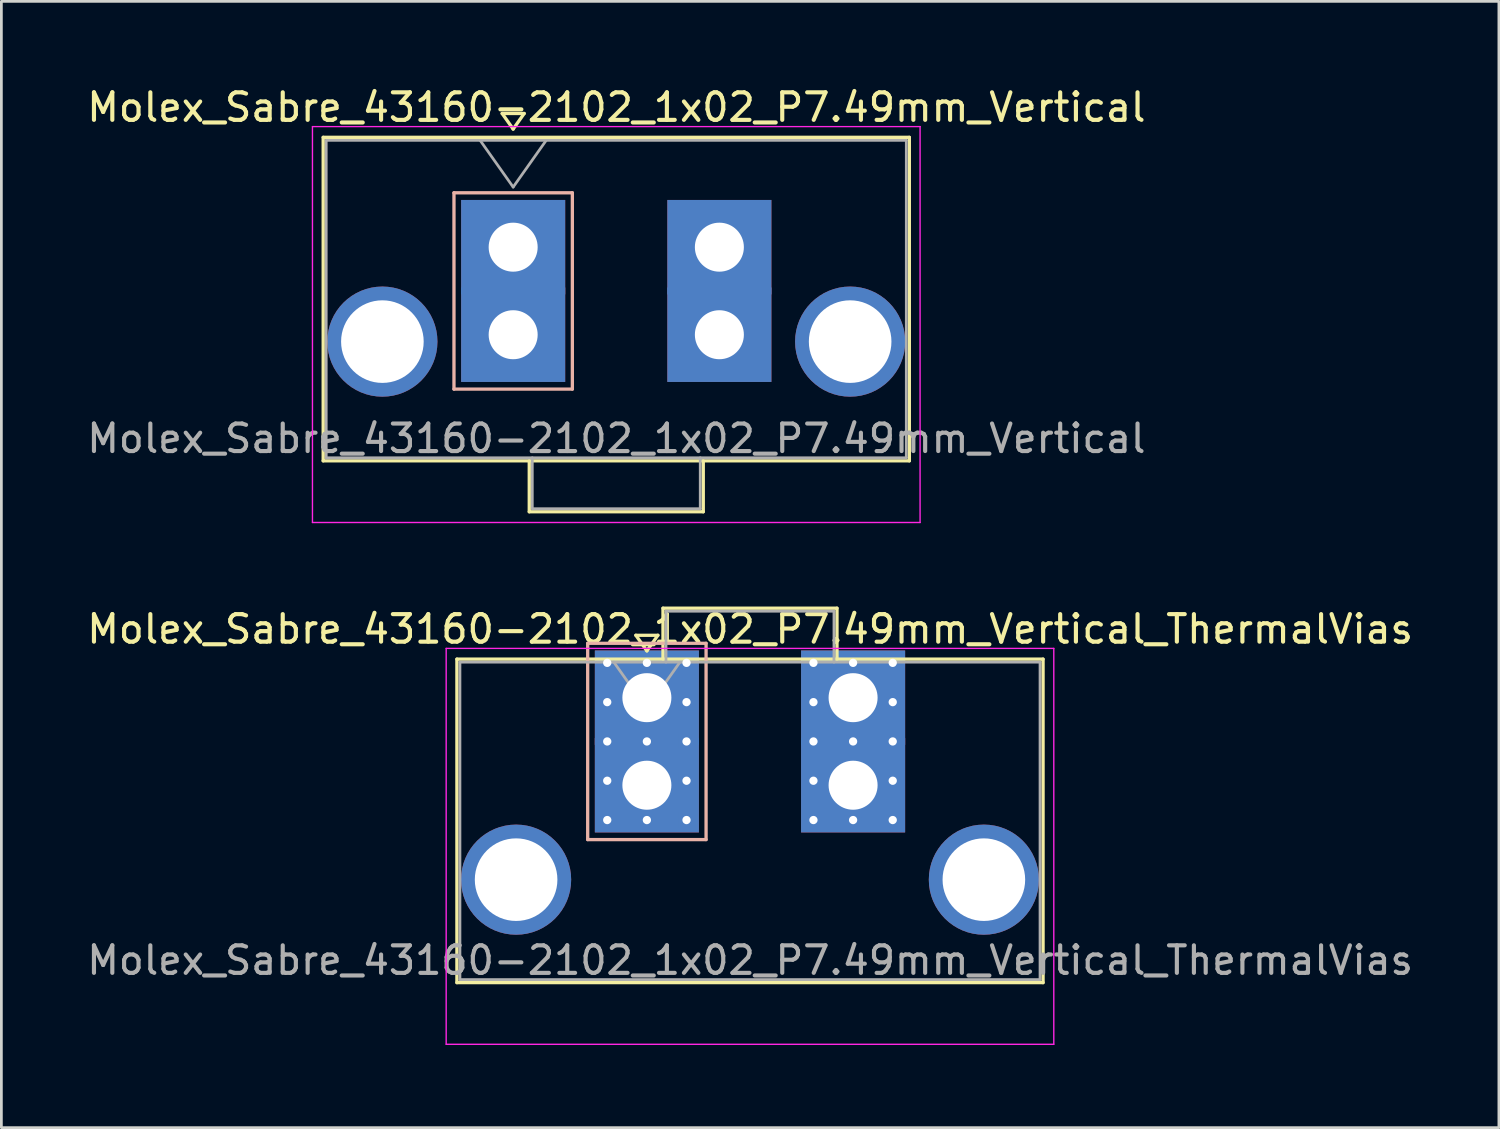
<source format=kicad_pcb>
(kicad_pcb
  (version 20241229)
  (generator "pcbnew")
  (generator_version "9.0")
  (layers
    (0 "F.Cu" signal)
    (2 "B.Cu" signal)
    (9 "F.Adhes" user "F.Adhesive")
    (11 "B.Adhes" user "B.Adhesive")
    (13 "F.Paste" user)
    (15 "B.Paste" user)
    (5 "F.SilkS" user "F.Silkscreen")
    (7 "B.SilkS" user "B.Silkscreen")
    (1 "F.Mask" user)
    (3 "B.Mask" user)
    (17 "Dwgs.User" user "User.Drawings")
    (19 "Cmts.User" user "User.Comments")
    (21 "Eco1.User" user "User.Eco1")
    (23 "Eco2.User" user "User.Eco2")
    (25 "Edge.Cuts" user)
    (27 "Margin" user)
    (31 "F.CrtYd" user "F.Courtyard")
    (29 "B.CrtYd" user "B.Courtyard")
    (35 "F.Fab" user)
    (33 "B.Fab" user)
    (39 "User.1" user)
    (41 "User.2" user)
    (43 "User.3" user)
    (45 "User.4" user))
  (footprint "Molex_Sabre_43160-2102_1x02_P7.49mm_Vertical_ThermalVias"
    (layer "F.Cu")
    (at 20.446 25.471)
    (property "Reference" "Molex_Sabre_43160-2102_1x02_P7.49mm_Vertical_ThermalVias" (at 3.75 -5.67 0) (layer "F.SilkS") (effects (font (size 1 1) (thickness 0.15))))
    (attr through_hole)
    (fp_line (start -6.9 -4.58) (end -6.9 7.17) (stroke (width 0.12) (type solid)) (layer "F.SilkS"))
    (fp_line (start -6.9 7.17) (end 14.39 7.17) (stroke (width 0.12) (type solid)) (layer "F.SilkS"))
    (fp_line (start -0.4 -5.446) (end 0 -4.88) (stroke (width 0.12) (type solid)) (layer "F.SilkS"))
    (fp_line (start 0 -4.88) (end 0.4 -5.446) (stroke (width 0.12) (type solid)) (layer "F.SilkS"))
    (fp_line (start 0.4 -5.446) (end -0.4 -5.446) (stroke (width 0.12) (type solid)) (layer "F.SilkS"))
    (fp_line (start 0.585 -6.43) (end 6.905 -6.43) (stroke (width 0.12) (type solid)) (layer "F.SilkS"))
    (fp_line (start 0.585 -4.58) (end 0.585 -6.43) (stroke (width 0.12) (type solid)) (layer "F.SilkS"))
    (fp_line (start 6.905 -6.43) (end 6.905 -4.58) (stroke (width 0.12) (type solid)) (layer "F.SilkS"))
    (fp_line (start 14.39 -4.58) (end -6.9 -4.58) (stroke (width 0.12) (type solid)) (layer "F.SilkS"))
    (fp_line (start 14.39 7.17) (end 14.39 -4.58) (stroke (width 0.12) (type solid)) (layer "F.SilkS"))
    (fp_line (start -2.15 -5.155) (end -2.15 1.975) (stroke (width 0.12) (type solid)) (layer "B.SilkS"))
    (fp_line (start -2.15 1.975) (end 2.15 1.975) (stroke (width 0.12) (type solid)) (layer "B.SilkS"))
    (fp_line (start 2.15 -5.155) (end -2.15 -5.155) (stroke (width 0.12) (type solid)) (layer "B.SilkS"))
    (fp_line (start 2.15 1.975) (end 2.15 -5.155) (stroke (width 0.12) (type solid)) (layer "B.SilkS"))
    (fp_line (start -7.29 -4.97) (end -7.29 9.41) (stroke (width 0.05) (type solid)) (layer "F.CrtYd"))
    (fp_line (start -7.29 9.41) (end 14.78 9.41) (stroke (width 0.05) (type solid)) (layer "F.CrtYd"))
    (fp_line (start 14.78 -4.97) (end -7.29 -4.97) (stroke (width 0.05) (type solid)) (layer "F.CrtYd"))
    (fp_line (start 14.78 9.41) (end 14.78 -4.97) (stroke (width 0.05) (type solid)) (layer "F.CrtYd"))
    (fp_line (start -6.79 -4.47) (end -6.79 7.06) (stroke (width 0.1) (type solid)) (layer "F.Fab"))
    (fp_line (start -6.79 7.06) (end 14.28 7.06) (stroke (width 0.1) (type solid)) (layer "F.Fab"))
    (fp_line (start -1.2 -4.47) (end 0 -2.773) (stroke (width 0.1) (type solid)) (layer "F.Fab"))
    (fp_line (start 0 -2.773) (end 1.2 -4.47) (stroke (width 0.1) (type solid)) (layer "F.Fab"))
    (fp_line (start 0.695 -6.32) (end 6.795 -6.32) (stroke (width 0.1) (type solid)) (layer "F.Fab"))
    (fp_line (start 0.695 -4.47) (end 0.695 -6.32) (stroke (width 0.1) (type solid)) (layer "F.Fab"))
    (fp_line (start 6.795 -6.32) (end 6.795 -4.47) (stroke (width 0.1) (type solid)) (layer "F.Fab"))
    (fp_line (start 14.28 -4.47) (end -6.79 -4.47) (stroke (width 0.1) (type solid)) (layer "F.Fab"))
    (fp_line (start 14.28 7.06) (end 14.28 -4.47) (stroke (width 0.1) (type solid)) (layer "F.Fab"))
    (fp_text user "${REFERENCE}" (at 3.75 6.36 0) (layer "F.Fab") (effects (font (size 1 1) (thickness 0.15))))
    (pad "" thru_hole circle (at -4.75 3.43) (size 4 4) (drill 3) (layers "*.Cu" "*.Mask"))
    (pad "" thru_hole circle (at 12.24 3.43) (size 4 4) (drill 3) (layers "*.Cu" "*.Mask"))
    (pad "1" thru_hole rect (at -1.44 -4.445) (size 0.6 0.6) (drill 0.3) (layers "*.Cu" "*.Mask"))
    (pad "1" thru_hole rect (at -1.44 -3.018) (size 0.6 0.6) (drill 0.3) (layers "*.Cu" "*.Mask"))
    (pad "1" thru_hole rect (at -1.44 -1.59) (size 0.6 0.6) (drill 0.3) (layers "*.Cu" "*.Mask"))
    (pad "1" thru_hole rect (at -1.44 -0.163) (size 0.6 0.6) (drill 0.3) (layers "*.Cu" "*.Mask"))
    (pad "1" thru_hole rect (at -1.44 1.265) (size 0.6 0.6) (drill 0.3) (layers "*.Cu" "*.Mask"))
    (pad "1" thru_hole rect (at 0 -4.445) (size 0.6 0.6) (drill 0.3) (layers "*.Cu" "*.Mask"))
    (pad "1" thru_hole rect (at 0 -3.18) (size 3.78 3.43) (drill 1.78) (layers "*.Cu" "*.Mask"))
    (pad "1" thru_hole rect (at 0 -1.59) (size 0.6 0.6) (drill 0.3) (layers "*.Cu" "*.Mask"))
    (pad "1" thru_hole rect (at 0 0) (size 3.78 3.43) (drill 1.78) (layers "*.Cu" "*.Mask"))
    (pad "1" thru_hole rect (at 0 1.265) (size 0.6 0.6) (drill 0.3) (layers "*.Cu" "*.Mask"))
    (pad "1" thru_hole rect (at 1.44 -4.445) (size 0.6 0.6) (drill 0.3) (layers "*.Cu" "*.Mask"))
    (pad "1" thru_hole rect (at 1.44 -3.018) (size 0.6 0.6) (drill 0.3) (layers "*.Cu" "*.Mask"))
    (pad "1" thru_hole rect (at 1.44 -1.59) (size 0.6 0.6) (drill 0.3) (layers "*.Cu" "*.Mask"))
    (pad "1" thru_hole rect (at 1.44 -0.163) (size 0.6 0.6) (drill 0.3) (layers "*.Cu" "*.Mask"))
    (pad "1" thru_hole rect (at 1.44 1.265) (size 0.6 0.6) (drill 0.3) (layers "*.Cu" "*.Mask"))
    (pad "2" thru_hole circle (at 6.05 -4.445) (size 0.6 0.6) (drill 0.3) (layers "*.Cu" "*.Mask"))
    (pad "2" thru_hole circle (at 6.05 -3.018) (size 0.6 0.6) (drill 0.3) (layers "*.Cu" "*.Mask"))
    (pad "2" thru_hole circle (at 6.05 -1.59) (size 0.6 0.6) (drill 0.3) (layers "*.Cu" "*.Mask"))
    (pad "2" thru_hole circle (at 6.05 -0.163) (size 0.6 0.6) (drill 0.3) (layers "*.Cu" "*.Mask"))
    (pad "2" thru_hole circle (at 6.05 1.265) (size 0.6 0.6) (drill 0.3) (layers "*.Cu" "*.Mask"))
    (pad "2" thru_hole circle (at 7.49 -4.445) (size 0.6 0.6) (drill 0.3) (layers "*.Cu" "*.Mask"))
    (pad "2" thru_hole rect (at 7.49 -3.18) (size 3.78 3.43) (drill 1.78) (layers "*.Cu" "*.Mask"))
    (pad "2" thru_hole circle (at 7.49 -1.59) (size 0.6 0.6) (drill 0.3) (layers "*.Cu" "*.Mask"))
    (pad "2" thru_hole rect (at 7.49 0) (size 3.78 3.43) (drill 1.78) (layers "*.Cu" "*.Mask"))
    (pad "2" thru_hole circle (at 7.49 1.265) (size 0.6 0.6) (drill 0.3) (layers "*.Cu" "*.Mask"))
    (pad "2" thru_hole circle (at 8.93 -4.445) (size 0.6 0.6) (drill 0.3) (layers "*.Cu" "*.Mask"))
    (pad "2" thru_hole circle (at 8.93 -3.018) (size 0.6 0.6) (drill 0.3) (layers "*.Cu" "*.Mask"))
    (pad "2" thru_hole circle (at 8.93 -1.59) (size 0.6 0.6) (drill 0.3) (layers "*.Cu" "*.Mask"))
    (pad "2" thru_hole circle (at 8.93 -0.163) (size 0.6 0.6) (drill 0.3) (layers "*.Cu" "*.Mask"))
    (pad "2" thru_hole circle (at 8.93 1.265) (size 0.6 0.6) (drill 0.3) (layers "*.Cu" "*.Mask")))
  (footprint "Molex_Sabre_43160-2102_1x02_P7.49mm_Vertical"
    (layer "F.Cu")
    (at 15.589 9.108)
    (property "Reference" "Molex_Sabre_43160-2102_1x02_P7.49mm_Vertical" (at 3.75 -8.26 0) (layer "F.SilkS") (effects (font (size 1 1) (thickness 0.15))))
    (attr through_hole)
    (fp_line (start -6.9 -7.17) (end -6.9 4.58) (stroke (width 0.12) (type solid)) (layer "F.SilkS"))
    (fp_line (start -6.9 4.58) (end 14.39 4.58) (stroke (width 0.12) (type solid)) (layer "F.SilkS"))
    (fp_line (start -0.4 -8.036) (end 0 -7.47) (stroke (width 0.12) (type solid)) (layer "F.SilkS"))
    (fp_line (start 0 -7.47) (end 0.4 -8.036) (stroke (width 0.12) (type solid)) (layer "F.SilkS"))
    (fp_line (start 0.4 -8.036) (end -0.4 -8.036) (stroke (width 0.12) (type solid)) (layer "F.SilkS"))
    (fp_line (start 0.585 4.58) (end 0.585 6.43) (stroke (width 0.12) (type solid)) (layer "F.SilkS"))
    (fp_line (start 0.585 6.43) (end 6.905 6.43) (stroke (width 0.12) (type solid)) (layer "F.SilkS"))
    (fp_line (start 6.905 6.43) (end 6.905 4.58) (stroke (width 0.12) (type solid)) (layer "F.SilkS"))
    (fp_line (start 14.39 -7.17) (end -6.9 -7.17) (stroke (width 0.12) (type solid)) (layer "F.SilkS"))
    (fp_line (start 14.39 4.58) (end 14.39 -7.17) (stroke (width 0.12) (type solid)) (layer "F.SilkS"))
    (fp_line (start -2.15 -5.155) (end -2.15 1.975) (stroke (width 0.12) (type solid)) (layer "B.SilkS"))
    (fp_line (start -2.15 1.975) (end 2.15 1.975) (stroke (width 0.12) (type solid)) (layer "B.SilkS"))
    (fp_line (start 2.15 -5.155) (end -2.15 -5.155) (stroke (width 0.12) (type solid)) (layer "B.SilkS"))
    (fp_line (start 2.15 1.975) (end 2.15 -5.155) (stroke (width 0.12) (type solid)) (layer "B.SilkS"))
    (fp_line (start -7.29 -7.56) (end -7.29 6.82) (stroke (width 0.05) (type solid)) (layer "F.CrtYd"))
    (fp_line (start -7.29 6.82) (end 14.78 6.82) (stroke (width 0.05) (type solid)) (layer "F.CrtYd"))
    (fp_line (start 14.78 -7.56) (end -7.29 -7.56) (stroke (width 0.05) (type solid)) (layer "F.CrtYd"))
    (fp_line (start 14.78 6.82) (end 14.78 -7.56) (stroke (width 0.05) (type solid)) (layer "F.CrtYd"))
    (fp_line (start -6.79 -7.06) (end -6.79 4.47) (stroke (width 0.1) (type solid)) (layer "F.Fab"))
    (fp_line (start -6.79 4.47) (end 14.28 4.47) (stroke (width 0.1) (type solid)) (layer "F.Fab"))
    (fp_line (start -1.2 -7.06) (end 0 -5.363) (stroke (width 0.1) (type solid)) (layer "F.Fab"))
    (fp_line (start 0 -5.363) (end 1.2 -7.06) (stroke (width 0.1) (type solid)) (layer "F.Fab"))
    (fp_line (start 0.695 4.47) (end 0.695 6.32) (stroke (width 0.1) (type solid)) (layer "F.Fab"))
    (fp_line (start 0.695 6.32) (end 6.795 6.32) (stroke (width 0.1) (type solid)) (layer "F.Fab"))
    (fp_line (start 6.795 6.32) (end 6.795 4.47) (stroke (width 0.1) (type solid)) (layer "F.Fab"))
    (fp_line (start 14.28 -7.06) (end -6.79 -7.06) (stroke (width 0.1) (type solid)) (layer "F.Fab"))
    (fp_line (start 14.28 4.47) (end 14.28 -7.06) (stroke (width 0.1) (type solid)) (layer "F.Fab"))
    (fp_text user "${REFERENCE}" (at 3.75 3.77 0) (layer "F.Fab") (effects (font (size 1 1) (thickness 0.15))))
    (pad "" thru_hole circle (at -4.75 0.25) (size 4 4) (drill 3) (layers "*.Cu" "*.Mask"))
    (pad "" thru_hole circle (at 12.24 0.25) (size 4 4) (drill 3) (layers "*.Cu" "*.Mask"))
    (pad "1" thru_hole rect (at 0 -3.18) (size 3.78 3.43) (drill 1.78) (layers "*.Cu" "*.Mask"))
    (pad "1" thru_hole rect (at 0 0) (size 3.78 3.43) (drill 1.78) (layers "*.Cu" "*.Mask"))
    (pad "2" thru_hole rect (at 7.49 -3.18) (size 3.78 3.43) (drill 1.78) (layers "*.Cu" "*.Mask"))
    (pad "2" thru_hole rect (at 7.49 0) (size 3.78 3.43) (drill 1.78) (layers "*.Cu" "*.Mask")))
  (gr_rect
    (start -3 -3)
    (end 51.393 37.907)
    (stroke (width 0.1) (type default))
    (fill no)
    (layer "Edge.Cuts")))
</source>
